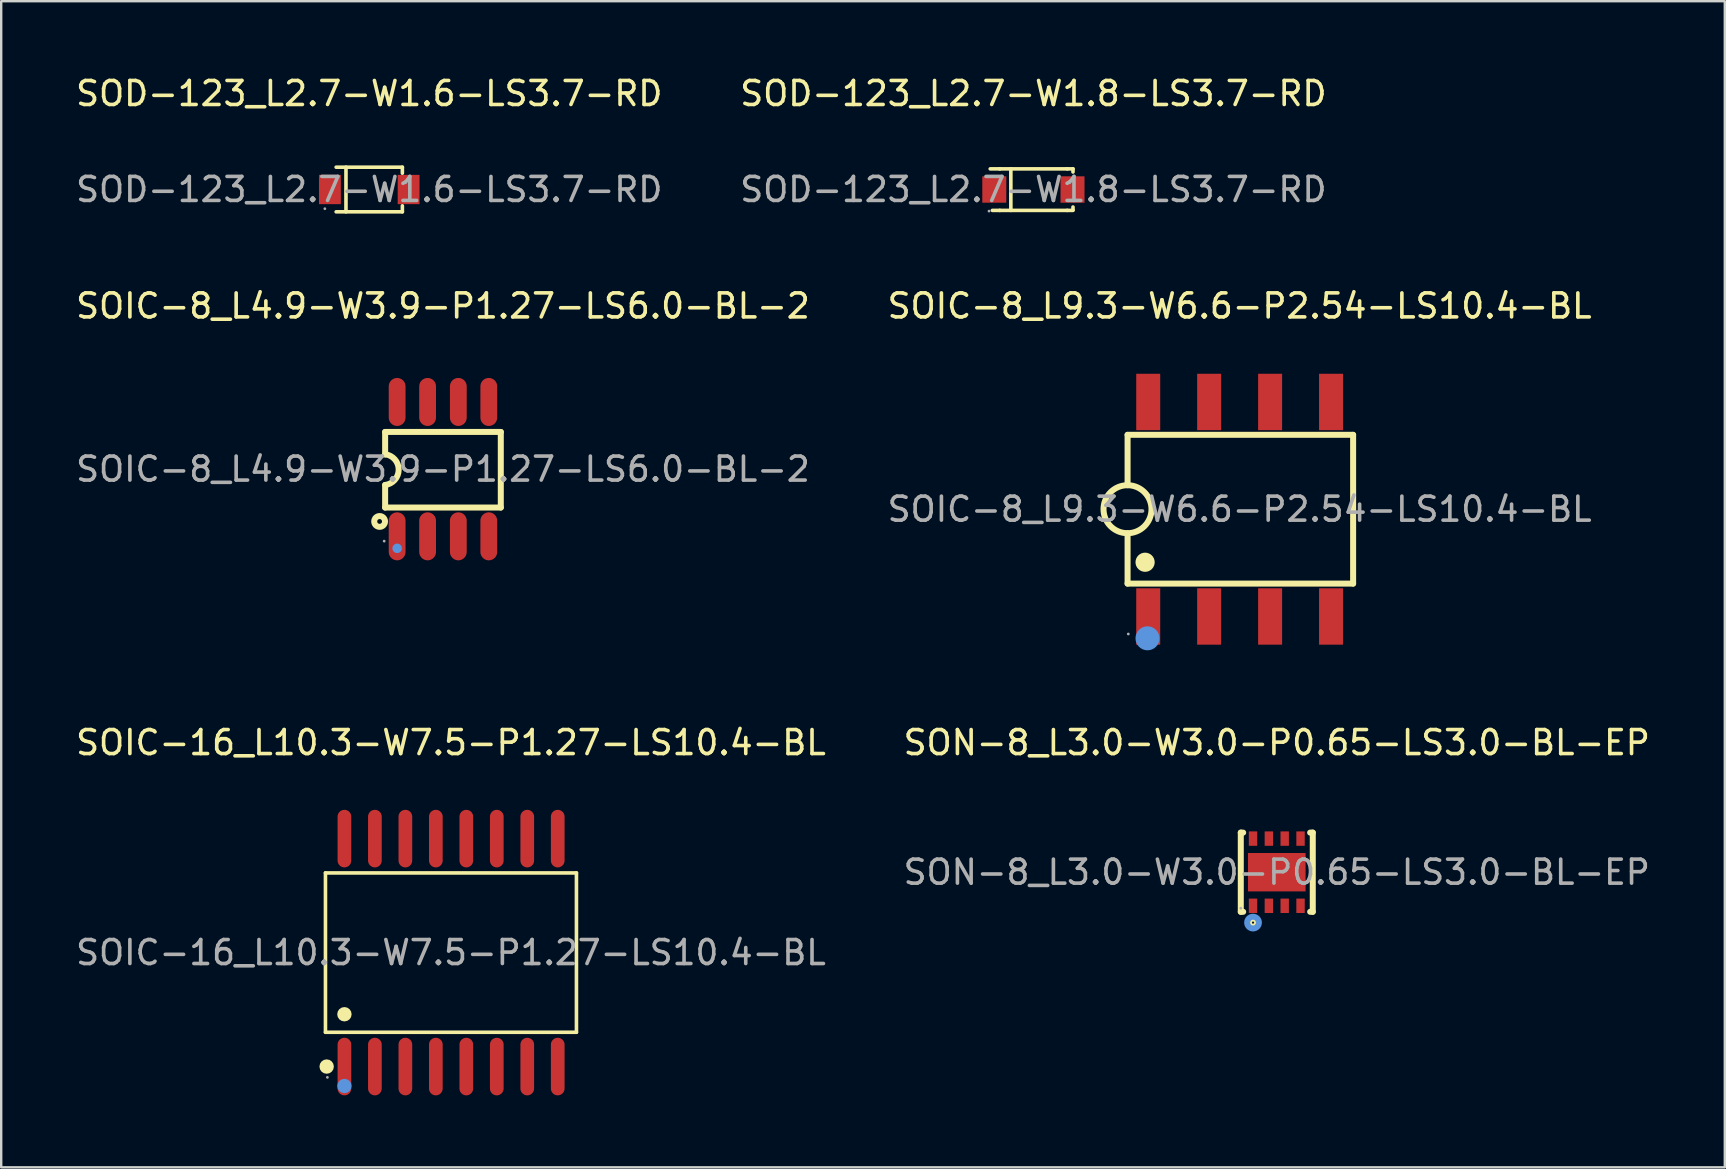
<source format=kicad_pcb>
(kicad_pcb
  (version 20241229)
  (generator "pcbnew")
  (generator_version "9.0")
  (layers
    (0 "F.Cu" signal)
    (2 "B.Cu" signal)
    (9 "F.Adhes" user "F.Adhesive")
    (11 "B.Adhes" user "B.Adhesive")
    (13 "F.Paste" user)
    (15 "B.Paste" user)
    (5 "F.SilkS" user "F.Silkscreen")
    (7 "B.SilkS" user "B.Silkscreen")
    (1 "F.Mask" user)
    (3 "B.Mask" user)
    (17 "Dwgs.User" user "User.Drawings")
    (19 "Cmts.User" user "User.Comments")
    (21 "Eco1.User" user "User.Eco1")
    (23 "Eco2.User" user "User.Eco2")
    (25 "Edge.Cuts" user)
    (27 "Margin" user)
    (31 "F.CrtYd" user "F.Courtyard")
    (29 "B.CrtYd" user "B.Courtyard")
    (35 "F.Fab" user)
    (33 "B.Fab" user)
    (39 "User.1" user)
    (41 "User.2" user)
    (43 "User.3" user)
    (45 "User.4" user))
  (footprint "SOD-123_L2.7-W1.6-LS3.7-RD"
    (layer "F.Cu")
    (at 12.339 4.848)
    (property "Reference" "SOD-123_L2.7-W1.6-LS3.7-RD" (at 0 -4 0) (layer "F.SilkS") (effects (font (size 1 1) (thickness 0.15))))
    (attr smd)
    (fp_line (start -1.38 -0.93) (end 1.38 -0.93) (stroke (width 0.15) (type solid)) (layer "F.SilkS"))
    (fp_line (start -1.38 0.93) (end 1.38 0.93) (stroke (width 0.15) (type solid)) (layer "F.SilkS"))
    (fp_line (start -0.97 -0.93) (end -0.97 0.93) (stroke (width 0.15) (type solid)) (layer "F.SilkS"))
    (fp_line (start 1.38 -0.93) (end 1.38 -0.68) (stroke (width 0.15) (type solid)) (layer "F.SilkS"))
    (fp_line (start 1.38 0.93) (end 1.38 0.68) (stroke (width 0.15) (type solid)) (layer "F.SilkS"))
    (fp_circle (center -1.85 0.8) (end -1.82 0.8) (stroke (width 0.06) (type solid)) (fill no) (layer "F.Fab"))
    (fp_text user "${REFERENCE}" (at 0 0 0) (layer "F.Fab") (effects (font (size 1 1) (thickness 0.15))))
    (pad "1" smd rect (at -1.64 0) (size 0.91 1.22) (layers "F.Cu" "F.Mask" "F.Paste"))
    (pad "2" smd rect (at 1.64 0) (size 0.91 1.22) (layers "F.Cu" "F.Mask" "F.Paste")))
  (footprint "SOIC-8_L4.9-W3.9-P1.27-LS6.0-BL-2"
    (layer "F.Cu")
    (at 15.411 16.502)
    (property "Reference" "SOIC-8_L4.9-W3.9-P1.27-LS6.0-BL-2" (at 0 -6.8 0) (layer "F.SilkS") (effects (font (size 1 1) (thickness 0.15))))
    (attr smd)
    (fp_line (start -2.41 -1.55) (end -2.41 -0.61) (stroke (width 0.25) (type solid)) (layer "F.SilkS"))
    (fp_line (start -2.41 0.66) (end -2.41 1.6) (stroke (width 0.25) (type solid)) (layer "F.SilkS"))
    (fp_line (start -2.41 1.6) (end 2.41 1.6) (stroke (width 0.25) (type solid)) (layer "F.SilkS"))
    (fp_line (start 2.41 -1.55) (end -2.41 -1.55) (stroke (width 0.25) (type solid)) (layer "F.SilkS"))
    (fp_line (start 2.41 1.6) (end 2.41 -1.55) (stroke (width 0.25) (type solid)) (layer "F.SilkS"))
    (fp_arc (start -2.409107 -0.619888) (mid -1.845019 0.02045) (end -2.41 0.66) (stroke (width 0.25) (type solid)) (layer "F.SilkS"))
    (fp_circle (center -2.64 2.18) (end -2.54 2.18) (stroke (width 0.25) (type solid)) (fill no) (layer "F.SilkS"))
    (fp_circle (center -1.91 3.3) (end -1.81 3.3) (stroke (width 0.2) (type solid)) (fill no) (layer "Cmts.User"))
    (fp_circle (center -2.45 3) (end -2.42 3) (stroke (width 0.06) (type solid)) (fill no) (layer "F.Fab"))
    (fp_text user "${REFERENCE}" (at 0 0 0) (layer "F.Fab") (effects (font (size 1 1) (thickness 0.15))))
    (pad "1" smd oval (at -1.91 2.8 180) (size 0.7 2) (layers "F.Cu" "F.Mask" "F.Paste"))
    (pad "2" smd oval (at -0.64 2.8 180) (size 0.7 2) (layers "F.Cu" "F.Mask" "F.Paste"))
    (pad "3" smd oval (at 0.64 2.8 180) (size 0.7 2) (layers "F.Cu" "F.Mask" "F.Paste"))
    (pad "4" smd oval (at 1.91 2.8 180) (size 0.7 2) (layers "F.Cu" "F.Mask" "F.Paste"))
    (pad "5" smd oval (at 1.91 -2.8 180) (size 0.7 2) (layers "F.Cu" "F.Mask" "F.Paste"))
    (pad "6" smd oval (at 0.64 -2.8 180) (size 0.7 2) (layers "F.Cu" "F.Mask" "F.Paste"))
    (pad "7" smd oval (at -0.64 -2.8 180) (size 0.7 2) (layers "F.Cu" "F.Mask" "F.Paste"))
    (pad "8" smd oval (at -1.91 -2.8 180) (size 0.7 2) (layers "F.Cu" "F.Mask" "F.Paste")))
  (footprint "SOD-123_L2.7-W1.8-LS3.7-RD"
    (layer "F.Cu")
    (at 40.018 4.848)
    (property "Reference" "SOD-123_L2.7-W1.8-LS3.7-RD" (at 0 -4 0) (layer "F.SilkS") (effects (font (size 1 1) (thickness 0.15))))
    (attr smd)
    (fp_line (start -1.4 -0.86) (end -1.8 -0.86) (stroke (width 0.15) (type solid)) (layer "F.SilkS"))
    (fp_line (start -1.4 -0.86) (end 1.41 -0.86) (stroke (width 0.15) (type solid)) (layer "F.SilkS"))
    (fp_line (start -1.4 0.87) (end -1.71 0.87) (stroke (width 0.15) (type solid)) (layer "F.SilkS"))
    (fp_line (start -1.4 0.87) (end 1.41 0.87) (stroke (width 0.15) (type solid)) (layer "F.SilkS"))
    (fp_line (start -0.94 -0.86) (end -0.94 0.87) (stroke (width 0.15) (type solid)) (layer "F.SilkS"))
    (fp_line (start 1.41 -0.86) (end 1.65 -0.86) (stroke (width 0.15) (type solid)) (layer "F.SilkS"))
    (fp_line (start 1.41 0.87) (end 1.65 0.87) (stroke (width 0.15) (type solid)) (layer "F.SilkS"))
    (fp_line (start 1.65 -0.86) (end 1.65 -0.73) (stroke (width 0.15) (type solid)) (layer "F.SilkS"))
    (fp_line (start 1.65 0.73) (end 1.65 0.85) (stroke (width 0.15) (type solid)) (layer "F.SilkS"))
    (fp_circle (center -1.85 0.9) (end -1.82 0.9) (stroke (width 0.06) (type solid)) (fill no) (layer "F.Fab"))
    (fp_text user "${REFERENCE}" (at 0 0 0) (layer "F.Fab") (effects (font (size 1 1) (thickness 0.15))))
    (pad "1" smd rect (at -1.63 0) (size 1 1.1) (layers "F.Cu" "F.Mask" "F.Paste"))
    (pad "2" smd rect (at 1.63 0) (size 1 1.1) (layers "F.Cu" "F.Mask" "F.Paste")))
  (footprint "SOIC-16_L10.3-W7.5-P1.27-LS10.4-BL"
    (layer "F.Cu")
    (at 15.744 36.65)
    (property "Reference" "SOIC-16_L10.3-W7.5-P1.27-LS10.4-BL" (at 0 -8.75 0) (layer "F.SilkS") (effects (font (size 1 1) (thickness 0.15))))
    (attr smd)
    (fp_line (start -5.23 -3.32) (end 5.23 -3.32) (stroke (width 0.15) (type solid)) (layer "F.SilkS"))
    (fp_line (start -5.23 3.32) (end -5.23 -3.32) (stroke (width 0.15) (type solid)) (layer "F.SilkS"))
    (fp_line (start 5.23 -3.32) (end 5.23 3.32) (stroke (width 0.15) (type solid)) (layer "F.SilkS"))
    (fp_line (start 5.23 3.32) (end -5.23 3.32) (stroke (width 0.15) (type solid)) (layer "F.SilkS"))
    (fp_circle (center -5.18 4.75) (end -5.03 4.75) (stroke (width 0.3) (type solid)) (fill no) (layer "F.SilkS"))
    (fp_circle (center -4.44 2.57) (end -4.29 2.57) (stroke (width 0.3) (type solid)) (fill no) (layer "F.SilkS"))
    (fp_circle (center -4.44 5.56) (end -4.29 5.56) (stroke (width 0.3) (type solid)) (fill no) (layer "Cmts.User"))
    (fp_circle (center -5.15 5.2) (end -5.12 5.2) (stroke (width 0.06) (type solid)) (fill no) (layer "F.Fab"))
    (fp_text user "${REFERENCE}" (at 0 0 0) (layer "F.Fab") (effects (font (size 1 1) (thickness 0.15))))
    (pad "1" smd oval (at -4.44 4.75) (size 0.57 2.4) (layers "F.Cu" "F.Mask" "F.Paste"))
    (pad "2" smd oval (at -3.17 4.75) (size 0.57 2.4) (layers "F.Cu" "F.Mask" "F.Paste"))
    (pad "3" smd oval (at -1.9 4.75) (size 0.57 2.4) (layers "F.Cu" "F.Mask" "F.Paste"))
    (pad "4" smd oval (at -0.63 4.75) (size 0.57 2.4) (layers "F.Cu" "F.Mask" "F.Paste"))
    (pad "5" smd oval (at 0.64 4.75) (size 0.57 2.4) (layers "F.Cu" "F.Mask" "F.Paste"))
    (pad "6" smd oval (at 1.91 4.75) (size 0.57 2.4) (layers "F.Cu" "F.Mask" "F.Paste"))
    (pad "7" smd oval (at 3.18 4.75) (size 0.57 2.4) (layers "F.Cu" "F.Mask" "F.Paste"))
    (pad "8" smd oval (at 4.45 4.75) (size 0.57 2.4) (layers "F.Cu" "F.Mask" "F.Paste"))
    (pad "9" smd oval (at 4.45 -4.75) (size 0.57 2.4) (layers "F.Cu" "F.Mask" "F.Paste"))
    (pad "10" smd oval (at 3.18 -4.75) (size 0.57 2.4) (layers "F.Cu" "F.Mask" "F.Paste"))
    (pad "11" smd oval (at 1.91 -4.75) (size 0.57 2.4) (layers "F.Cu" "F.Mask" "F.Paste"))
    (pad "12" smd oval (at 0.64 -4.75) (size 0.57 2.4) (layers "F.Cu" "F.Mask" "F.Paste"))
    (pad "13" smd oval (at -0.63 -4.75) (size 0.57 2.4) (layers "F.Cu" "F.Mask" "F.Paste"))
    (pad "14" smd oval (at -1.9 -4.75) (size 0.57 2.4) (layers "F.Cu" "F.Mask" "F.Paste"))
    (pad "15" smd oval (at -3.17 -4.75) (size 0.57 2.4) (layers "F.Cu" "F.Mask" "F.Paste"))
    (pad "16" smd oval (at -4.44 -4.75) (size 0.57 2.4) (layers "F.Cu" "F.Mask" "F.Paste")))
  (footprint "SOIC-8_L9.3-W6.6-P2.54-LS10.4-BL"
    (layer "F.Cu")
    (at 48.613 18.172)
    (property "Reference" "SOIC-8_L9.3-W6.6-P2.54-LS10.4-BL" (at 0 -8.47 0) (layer "F.SilkS") (effects (font (size 1 1) (thickness 0.15))))
    (attr smd)
    (fp_line (start -4.67 -3.1) (end 4.73 -3.1) (stroke (width 0.25) (type solid)) (layer "F.SilkS"))
    (fp_line (start -4.67 -1) (end -4.67 -3.1) (stroke (width 0.25) (type solid)) (layer "F.SilkS"))
    (fp_line (start -4.67 3.1) (end -4.67 1) (stroke (width 0.25) (type solid)) (layer "F.SilkS"))
    (fp_line (start 4.73 -3.1) (end 4.73 3.1) (stroke (width 0.25) (type solid)) (layer "F.SilkS"))
    (fp_line (start 4.73 3.1) (end -4.67 3.1) (stroke (width 0.25) (type solid)) (layer "F.SilkS"))
    (fp_arc (start -4.652548 -0.999848) (mid -4.678726 0.999962) (end -4.67 -1) (stroke (width 0.25) (type solid)) (layer "F.SilkS"))
    (fp_arc (start -3.94 2.21) (mid -3.94 2.21) (end -3.94 2.21) (stroke (width 0.4) (type solid)) (layer "F.SilkS"))
    (fp_circle (center -3.84 5.38) (end -3.59 5.38) (stroke (width 0.5) (type solid)) (fill no) (layer "Cmts.User"))
    (fp_circle (center -4.64 5.2) (end -4.61 5.2) (stroke (width 0.06) (type solid)) (fill no) (layer "F.Fab"))
    (fp_text user "${REFERENCE}" (at 0 0 0) (layer "F.Fab") (effects (font (size 1 1) (thickness 0.15))))
    (pad "1" smd rect (at -3.81 4.47 90) (size 2.35 1) (layers "F.Cu" "F.Mask" "F.Paste"))
    (pad "2" smd rect (at -1.27 4.47 90) (size 2.35 1) (layers "F.Cu" "F.Mask" "F.Paste"))
    (pad "3" smd rect (at 1.27 4.47 90) (size 2.35 1) (layers "F.Cu" "F.Mask" "F.Paste"))
    (pad "4" smd rect (at 3.81 4.47 90) (size 2.35 1) (layers "F.Cu" "F.Mask" "F.Paste"))
    (pad "5" smd rect (at 3.81 -4.47 90) (size 2.35 1) (layers "F.Cu" "F.Mask" "F.Paste"))
    (pad "6" smd rect (at 1.27 -4.47 90) (size 2.35 1) (layers "F.Cu" "F.Mask" "F.Paste"))
    (pad "7" smd rect (at -1.27 -4.47 90) (size 2.35 1) (layers "F.Cu" "F.Mask" "F.Paste"))
    (pad "8" smd rect (at -3.81 -4.47 90) (size 2.35 1) (layers "F.Cu" "F.Mask" "F.Paste")))
  (footprint "SON-8_L3.0-W3.0-P0.65-LS3.0-BL-EP"
    (layer "F.Cu")
    (at 50.161 33.3)
    (property "Reference" "SON-8_L3.0-W3.0-P0.65-LS3.0-BL-EP" (at 0 -5.4 0) (layer "F.SilkS") (effects (font (size 1 1) (thickness 0.15))))
    (attr smd)
    (fp_line (start -1.5 -1.65) (end -1.4 -1.65) (stroke (width 0.25) (type solid)) (layer "F.SilkS"))
    (fp_line (start -1.5 1.65) (end -1.5 -1.65) (stroke (width 0.25) (type solid)) (layer "F.SilkS"))
    (fp_line (start -1.5 1.65) (end -1.4 1.65) (stroke (width 0.25) (type solid)) (layer "F.SilkS"))
    (fp_line (start 1.39 -1.65) (end 1.5 -1.65) (stroke (width 0.25) (type solid)) (layer "F.SilkS"))
    (fp_line (start 1.39 1.65) (end 1.5 1.65) (stroke (width 0.25) (type solid)) (layer "F.SilkS"))
    (fp_line (start 1.5 1.65) (end 1.5 -1.65) (stroke (width 0.25) (type solid)) (layer "F.SilkS"))
    (fp_circle (center -0.99 2.1) (end -0.82 2.1) (stroke (width 0.25) (type solid)) (fill no) (layer "F.SilkS"))
    (fp_circle (center -0.99 2.1) (end -0.87 2.1) (stroke (width 0.25) (type solid)) (fill no) (layer "Cmts.User"))
    (fp_circle (center -1.5 1.5) (end -1.47 1.5) (stroke (width 0.06) (type solid)) (fill no) (layer "F.Fab"))
    (fp_text user "${REFERENCE}" (at 0 0 0) (layer "F.Fab") (effects (font (size 1 1) (thickness 0.15))))
    (pad "1" smd rect (at -0.99 1.4) (size 0.35 0.6) (layers "F.Cu" "F.Mask" "F.Paste"))
    (pad "2" smd rect (at -0.33 1.4) (size 0.35 0.6) (layers "F.Cu" "F.Mask" "F.Paste"))
    (pad "3" smd rect (at 0.33 1.4) (size 0.35 0.6) (layers "F.Cu" "F.Mask" "F.Paste"))
    (pad "4" smd rect (at 0.99 1.4) (size 0.35 0.6) (layers "F.Cu" "F.Mask" "F.Paste"))
    (pad "5" smd rect (at 0.99 -1.4) (size 0.35 0.6) (layers "F.Cu" "F.Mask" "F.Paste"))
    (pad "6" smd rect (at 0.33 -1.4) (size 0.35 0.6) (layers "F.Cu" "F.Mask" "F.Paste"))
    (pad "7" smd rect (at -0.33 -1.4) (size 0.35 0.6) (layers "F.Cu" "F.Mask" "F.Paste"))
    (pad "8" smd rect (at -0.99 -1.4) (size 0.35 0.6) (layers "F.Cu" "F.Mask" "F.Paste"))
    (pad "9" smd rect (at 0 0) (size 2.4 1.6) (layers "F.Cu" "F.Mask" "F.Paste")))
  (gr_rect
    (start -3 -3)
    (end 68.833 45.6)
    (stroke (width 0.1) (type default))
    (fill no)
    (layer "Edge.Cuts")))
</source>
